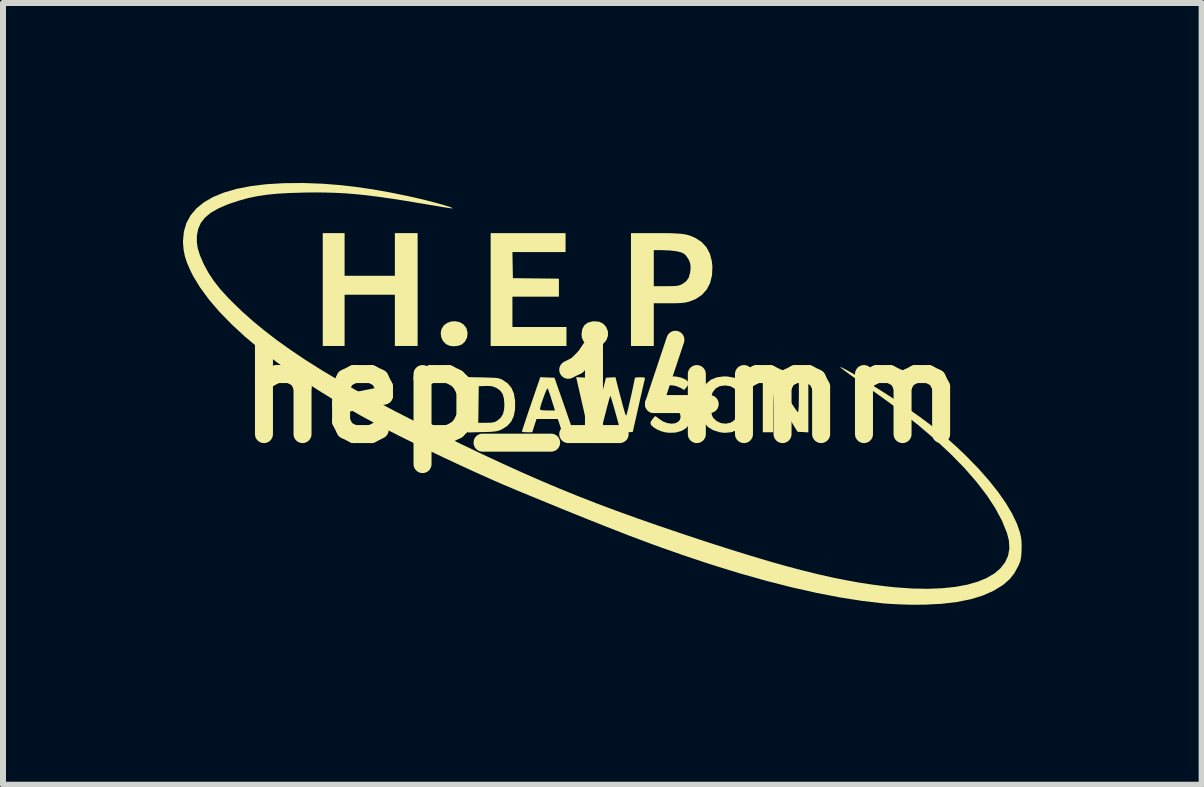
<source format=kicad_pcb>
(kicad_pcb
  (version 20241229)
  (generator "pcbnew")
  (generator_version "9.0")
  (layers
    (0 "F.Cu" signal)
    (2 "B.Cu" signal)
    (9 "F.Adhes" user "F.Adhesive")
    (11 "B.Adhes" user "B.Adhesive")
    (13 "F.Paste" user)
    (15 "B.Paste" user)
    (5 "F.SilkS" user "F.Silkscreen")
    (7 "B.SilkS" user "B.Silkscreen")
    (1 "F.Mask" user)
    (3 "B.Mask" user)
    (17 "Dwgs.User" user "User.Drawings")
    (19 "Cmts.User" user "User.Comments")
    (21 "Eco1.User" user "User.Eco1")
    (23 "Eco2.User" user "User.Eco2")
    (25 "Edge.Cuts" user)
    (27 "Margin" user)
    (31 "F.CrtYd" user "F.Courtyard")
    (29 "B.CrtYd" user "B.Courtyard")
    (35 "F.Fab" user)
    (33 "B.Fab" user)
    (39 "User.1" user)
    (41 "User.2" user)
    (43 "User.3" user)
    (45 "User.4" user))
  (footprint "hep_14mm"
    (layer "F.Cu")
    (at 6.992 3.506)
    (property "Reference" "hep_14mm" (at 0 0 0) (layer "F.SilkS") (effects (font (size 1.5 1.5) (thickness 0.3))))
    (attr board_only exclude_from_pos_files exclude_from_bom)
    (fp_poly (pts (xy -2.378 -1.186) (xy -2.318 -1.15) (xy -2.273 -1.094) (xy -2.266 -1.079) (xy -2.249 -1.004) (xy -2.259 -0.928) (xy -2.293 -0.862) (xy -2.343 -0.816) (xy -2.404 -0.793) (xy -2.479 -0.785) (xy -2.545 -0.792) (xy -2.609 -0.821) (xy -2.659 -0.872) (xy -2.689 -0.938) (xy -2.697 -1.011) (xy -2.684 -1.071) (xy -2.646 -1.133) (xy -2.589 -1.175) (xy -2.521 -1.198) (xy -2.449 -1.202)) (stroke (width 0) (type solid)) (fill yes) (layer "F.SilkS"))
    (fp_poly (pts (xy -0.053 -1.193) (xy 0.006 -1.165) (xy 0.054 -1.115) (xy 0.059 -1.108) (xy 0.089 -1.037) (xy 0.091 -0.962) (xy 0.065 -0.889) (xy 0.018 -0.832) (xy -0.03 -0.804) (xy -0.095 -0.789) (xy -0.162 -0.788) (xy -0.182 -0.791) (xy -0.262 -0.819) (xy -0.316 -0.865) (xy -0.345 -0.929) (xy -0.35 -0.985) (xy -0.338 -1.071) (xy -0.303 -1.136) (xy -0.245 -1.179) (xy -0.165 -1.2) (xy -0.131 -1.201)) (stroke (width 0) (type solid)) (fill yes) (layer "F.SilkS"))
    (fp_poly (pts (xy -4.299 -2.316) (xy -4.299 -1.96) (xy -3.88 -1.96) (xy -3.461 -1.96) (xy -3.461 -2.316) (xy -3.461 -2.671) (xy -3.272 -2.671) (xy -3.082 -2.671) (xy -3.082 -1.731) (xy -3.082 -0.79) (xy -3.272 -0.79) (xy -3.461 -0.79) (xy -3.461 -1.217) (xy -3.461 -1.644) (xy -3.88 -1.644) (xy -4.299 -1.644) (xy -4.299 -1.217) (xy -4.299 -0.79) (xy -4.481 -0.79) (xy -4.663 -0.79) (xy -4.663 -1.731) (xy -4.663 -2.671) (xy -4.481 -2.671) (xy -4.299 -2.671)) (stroke (width 0) (type solid)) (fill yes) (layer "F.SilkS"))
    (fp_poly (pts (xy -0.616 -2.513) (xy -0.616 -2.355) (xy -1.059 -2.355) (xy -1.502 -2.355) (xy -1.498 -2.138) (xy -1.494 -1.92) (xy -1.11 -1.916) (xy -0.727 -1.912) (xy -0.727 -1.762) (xy -0.727 -1.612) (xy -1.114 -1.612) (xy -1.502 -1.612) (xy -1.502 -1.359) (xy -1.502 -1.106) (xy -1.051 -1.106) (xy -0.601 -1.106) (xy -0.601 -0.948) (xy -0.601 -0.79) (xy -1.233 -0.79) (xy -1.865 -0.79) (xy -1.865 -1.731) (xy -1.865 -2.671) (xy -1.241 -2.671) (xy -0.616 -2.671)) (stroke (width 0) (type solid)) (fill yes) (layer "F.SilkS"))
    (fp_poly (pts (xy 2.776 -0.265) (xy 2.881 -0.261) (xy 3.059 0.023) (xy 3.113 0.108) (xy 3.162 0.183) (xy 3.203 0.244) (xy 3.234 0.289) (xy 3.252 0.311) (xy 3.254 0.313) (xy 3.261 0.303) (xy 3.266 0.269) (xy 3.27 0.207) (xy 3.271 0.117) (xy 3.272 0.025) (xy 3.272 -0.269) (xy 3.351 -0.269) (xy 3.43 -0.269) (xy 3.43 0.19) (xy 3.43 0.65) (xy 3.34 0.645) (xy 3.25 0.64) (xy 3.059 0.329) (xy 3.005 0.24) (xy 2.955 0.161) (xy 2.913 0.096) (xy 2.881 0.048) (xy 2.862 0.021) (xy 2.857 0.017) (xy 2.853 0.031) (xy 2.85 0.073) (xy 2.848 0.137) (xy 2.846 0.218) (xy 2.845 0.312) (xy 2.845 0.332) (xy 2.845 0.648) (xy 2.758 0.648) (xy 2.671 0.648) (xy 2.671 0.189) (xy 2.671 -0.27)) (stroke (width 0) (type solid)) (fill yes) (layer "F.SilkS"))
    (fp_poly (pts (xy -1.988 -0.266) (xy -1.889 -0.263) (xy -1.816 -0.26) (xy -1.763 -0.256) (xy -1.724 -0.249) (xy -1.694 -0.239) (xy -1.668 -0.226) (xy -1.58 -0.166) (xy -1.517 -0.09) (xy -1.477 0.004) (xy -1.458 0.12) (xy -1.457 0.132) (xy -1.458 0.267) (xy -1.48 0.379) (xy -1.522 0.47) (xy -1.587 0.542) (xy -1.669 0.594) (xy -1.707 0.612) (xy -1.74 0.624) (xy -1.778 0.632) (xy -1.825 0.638) (xy -1.889 0.642) (xy -1.977 0.645) (xy -2.002 0.645) (xy -2.244 0.652) (xy -2.244 0.49) (xy -2.071 0.49) (xy -1.939 0.49) (xy -1.868 0.489) (xy -1.82 0.483) (xy -1.784 0.472) (xy -1.754 0.454) (xy -1.696 0.405) (xy -1.659 0.344) (xy -1.64 0.265) (xy -1.636 0.19) (xy -1.643 0.09) (xy -1.664 0.013) (xy -1.703 -0.044) (xy -1.762 -0.087) (xy -1.77 -0.091) (xy -1.819 -0.112) (xy -1.868 -0.122) (xy -1.931 -0.124) (xy -1.952 -0.123) (xy -2.063 -0.119) (xy -2.067 0.186) (xy -2.071 0.49) (xy -2.244 0.49) (xy -2.244 0.19) (xy -2.244 -0.271)) (stroke (width 0) (type solid)) (fill yes) (layer "F.SilkS"))
    (fp_poly (pts (xy -0.919 -0.265) (xy -0.801 -0.261) (xy -0.646 0.182) (xy -0.607 0.294) (xy -0.572 0.396) (xy -0.541 0.485) (xy -0.517 0.557) (xy -0.5 0.608) (xy -0.491 0.634) (xy -0.491 0.636) (xy -0.505 0.643) (xy -0.541 0.647) (xy -0.582 0.648) (xy -0.673 0.648) (xy -0.709 0.537) (xy -0.745 0.427) (xy -0.922 0.427) (xy -1.1 0.427) (xy -1.136 0.537) (xy -1.171 0.648) (xy -1.257 0.648) (xy -1.305 0.646) (xy -1.336 0.641) (xy -1.344 0.636) (xy -1.339 0.619) (xy -1.325 0.575) (xy -1.303 0.509) (xy -1.275 0.425) (xy -1.242 0.326) (xy -1.221 0.265) (xy -1.043 0.265) (xy -1.032 0.276) (xy -0.997 0.282) (xy -0.934 0.284) (xy -0.918 0.285) (xy -0.793 0.285) (xy -0.849 0.107) (xy -0.871 0.036) (xy -0.892 -0.024) (xy -0.908 -0.066) (xy -0.916 -0.084) (xy -0.925 -0.075) (xy -0.941 -0.042) (xy -0.961 0.007) (xy -0.983 0.066) (xy -1.005 0.128) (xy -1.024 0.186) (xy -1.037 0.233) (xy -1.043 0.263) (xy -1.043 0.265) (xy -1.221 0.265) (xy -1.204 0.216) (xy -1.191 0.177) (xy -1.038 -0.27)) (stroke (width 0) (type solid)) (fill yes) (layer "F.SilkS"))
    (fp_poly (pts (xy 1.021 -2.671) (xy 1.139 -2.669) (xy 1.235 -2.665) (xy 1.313 -2.659) (xy 1.376 -2.65) (xy 1.431 -2.637) (xy 1.48 -2.62) (xy 1.529 -2.599) (xy 1.544 -2.592) (xy 1.65 -2.524) (xy 1.731 -2.436) (xy 1.789 -2.328) (xy 1.822 -2.2) (xy 1.831 -2.116) (xy 1.825 -1.971) (xy 1.794 -1.842) (xy 1.738 -1.733) (xy 1.657 -1.642) (xy 1.553 -1.572) (xy 1.45 -1.531) (xy 1.405 -1.519) (xy 1.353 -1.51) (xy 1.29 -1.505) (xy 1.208 -1.502) (xy 1.105 -1.502) (xy 0.854 -1.502) (xy 0.854 -1.146) (xy 0.854 -0.79) (xy 0.664 -0.79) (xy 0.474 -0.79) (xy 0.474 -1.731) (xy 0.474 -2.086) (xy 0.854 -2.086) (xy 0.854 -1.786) (xy 1.056 -1.786) (xy 1.143 -1.787) (xy 1.205 -1.789) (xy 1.251 -1.794) (xy 1.286 -1.803) (xy 1.319 -1.817) (xy 1.328 -1.822) (xy 1.392 -1.866) (xy 1.435 -1.927) (xy 1.459 -2.008) (xy 1.465 -2.059) (xy 1.467 -2.123) (xy 1.459 -2.171) (xy 1.44 -2.219) (xy 1.436 -2.228) (xy 1.405 -2.276) (xy 1.372 -2.316) (xy 1.359 -2.327) (xy 1.308 -2.351) (xy 1.23 -2.369) (xy 1.13 -2.381) (xy 1.013 -2.386) (xy 0.992 -2.387) (xy 0.854 -2.387) (xy 0.854 -2.086) (xy 0.474 -2.086) (xy 0.474 -2.671) (xy 0.875 -2.671)) (stroke (width 0) (type solid)) (fill yes) (layer "F.SilkS"))
    (fp_poly (pts (xy 2.083 -0.281) (xy 2.199 -0.26) (xy 2.295 -0.215) (xy 2.371 -0.146) (xy 2.427 -0.052) (xy 2.428 -0.049) (xy 2.448 0.017) (xy 2.459 0.104) (xy 2.463 0.198) (xy 2.458 0.289) (xy 2.444 0.366) (xy 2.443 0.369) (xy 2.399 0.468) (xy 2.332 0.549) (xy 2.246 0.61) (xy 2.146 0.647) (xy 2.037 0.658) (xy 1.952 0.648) (xy 1.844 0.614) (xy 1.759 0.562) (xy 1.694 0.489) (xy 1.658 0.423) (xy 1.64 0.376) (xy 1.629 0.329) (xy 1.623 0.272) (xy 1.621 0.218) (xy 1.802 0.218) (xy 1.809 0.298) (xy 1.824 0.365) (xy 1.843 0.407) (xy 1.901 0.461) (xy 1.973 0.495) (xy 2.052 0.505) (xy 2.128 0.49) (xy 2.167 0.47) (xy 2.223 0.419) (xy 2.26 0.353) (xy 2.279 0.266) (xy 2.283 0.181) (xy 2.273 0.068) (xy 2.244 -0.019) (xy 2.196 -0.082) (xy 2.13 -0.119) (xy 2.044 -0.132) (xy 2.04 -0.132) (xy 1.954 -0.12) (xy 1.887 -0.084) (xy 1.839 -0.023) (xy 1.83 -0.004) (xy 1.812 0.057) (xy 1.803 0.134) (xy 1.802 0.218) (xy 1.621 0.218) (xy 1.621 0.194) (xy 1.621 0.182) (xy 1.621 0.106) (xy 1.625 0.051) (xy 1.634 0.008) (xy 1.649 -0.034) (xy 1.665 -0.068) (xy 1.726 -0.16) (xy 1.805 -0.227) (xy 1.902 -0.267) (xy 2.018 -0.283)) (stroke (width 0) (type solid)) (fill yes) (layer "F.SilkS"))
    (fp_poly (pts (xy 1.221 -0.281) (xy 1.309 -0.263) (xy 1.381 -0.232) (xy 1.408 -0.212) (xy 1.432 -0.185) (xy 1.434 -0.157) (xy 1.414 -0.122) (xy 1.399 -0.103) (xy 1.361 -0.057) (xy 1.3 -0.091) (xy 1.227 -0.122) (xy 1.154 -0.135) (xy 1.086 -0.132) (xy 1.032 -0.113) (xy 0.996 -0.079) (xy 0.987 -0.058) (xy 0.983 -0.018) (xy 0.994 0.015) (xy 1.024 0.042) (xy 1.077 0.066) (xy 1.156 0.089) (xy 1.211 0.103) (xy 1.312 0.132) (xy 1.385 0.168) (xy 1.435 0.214) (xy 1.465 0.274) (xy 1.48 0.35) (xy 1.475 0.442) (xy 1.444 0.52) (xy 1.389 0.583) (xy 1.313 0.627) (xy 1.219 0.653) (xy 1.11 0.657) (xy 1.039 0.648) (xy 0.974 0.63) (xy 0.908 0.601) (xy 0.851 0.566) (xy 0.812 0.531) (xy 0.805 0.52) (xy 0.798 0.494) (xy 0.807 0.466) (xy 0.83 0.434) (xy 0.857 0.4) (xy 0.876 0.381) (xy 0.88 0.379) (xy 0.896 0.389) (xy 0.927 0.412) (xy 0.938 0.421) (xy 1.007 0.467) (xy 1.077 0.495) (xy 1.146 0.505) (xy 1.207 0.499) (xy 1.256 0.477) (xy 1.289 0.441) (xy 1.301 0.392) (xy 1.293 0.345) (xy 1.274 0.315) (xy 1.236 0.289) (xy 1.175 0.265) (xy 1.087 0.242) (xy 1.063 0.237) (xy 0.962 0.203) (xy 0.887 0.152) (xy 0.839 0.085) (xy 0.817 0.002) (xy 0.816 -0.019) (xy 0.826 -0.105) (xy 0.859 -0.172) (xy 0.918 -0.224) (xy 0.955 -0.245) (xy 1.035 -0.273) (xy 1.126 -0.284)) (stroke (width 0) (type solid)) (fill yes) (layer "F.SilkS"))
    (fp_poly (pts (xy -0.351 -0.266) (xy -0.263 -0.261) (xy -0.197 0.04) (xy -0.173 0.154) (xy -0.153 0.24) (xy -0.139 0.302) (xy -0.128 0.343) (xy -0.12 0.366) (xy -0.114 0.375) (xy -0.109 0.372) (xy -0.104 0.361) (xy -0.102 0.358) (xy -0.095 0.334) (xy -0.081 0.285) (xy -0.063 0.215) (xy -0.041 0.131) (xy -0.017 0.038) (xy -0.017 0.034) (xy 0.057 -0.261) (xy 0.136 -0.265) (xy 0.215 -0.27) (xy 0.25 -0.131) (xy 0.287 0.01) (xy 0.317 0.123) (xy 0.34 0.211) (xy 0.359 0.277) (xy 0.372 0.323) (xy 0.383 0.352) (xy 0.39 0.366) (xy 0.395 0.369) (xy 0.396 0.368) (xy 0.402 0.351) (xy 0.413 0.308) (xy 0.429 0.246) (xy 0.446 0.17) (xy 0.466 0.087) (xy 0.485 0.001) (xy 0.503 -0.081) (xy 0.518 -0.154) (xy 0.53 -0.212) (xy 0.537 -0.248) (xy 0.537 -0.257) (xy 0.552 -0.263) (xy 0.589 -0.268) (xy 0.625 -0.269) (xy 0.676 -0.267) (xy 0.701 -0.262) (xy 0.707 -0.251) (xy 0.706 -0.241) (xy 0.7 -0.217) (xy 0.688 -0.169) (xy 0.672 -0.1) (xy 0.653 -0.016) (xy 0.631 0.078) (xy 0.609 0.178) (xy 0.586 0.279) (xy 0.564 0.377) (xy 0.544 0.465) (xy 0.527 0.541) (xy 0.514 0.598) (xy 0.507 0.632) (xy 0.506 0.639) (xy 0.491 0.644) (xy 0.454 0.647) (xy 0.403 0.648) (xy 0.351 0.647) (xy 0.314 0.644) (xy 0.3 0.641) (xy 0.296 0.622) (xy 0.285 0.578) (xy 0.269 0.517) (xy 0.248 0.442) (xy 0.226 0.361) (xy 0.203 0.279) (xy 0.181 0.202) (xy 0.161 0.135) (xy 0.146 0.084) (xy 0.137 0.055) (xy 0.135 0.051) (xy 0.131 0.048) (xy 0.127 0.052) (xy 0.121 0.066) (xy 0.112 0.094) (xy 0.099 0.14) (xy 0.081 0.209) (xy 0.056 0.304) (xy 0.055 0.308) (xy 0.033 0.393) (xy 0.013 0.472) (xy -0.004 0.537) (xy -0.015 0.581) (xy -0.017 0.589) (xy -0.033 0.648) (xy -0.132 0.648) (xy -0.231 0.648) (xy -0.314 0.281) (xy -0.339 0.171) (xy -0.363 0.067) (xy -0.384 -0.027) (xy -0.402 -0.105) (xy -0.415 -0.161) (xy -0.419 -0.179) (xy -0.44 -0.27)) (stroke (width 0) (type solid)) (fill yes) (layer "F.SilkS"))
    (fp_poly (pts (xy -4.934 -3.504) (xy -4.664 -3.494) (xy -4.396 -3.473) (xy -4.125 -3.443) (xy -3.842 -3.402) (xy -3.542 -3.349) (xy -3.281 -3.296) (xy -3.165 -3.271) (xy -3.049 -3.244) (xy -2.936 -3.217) (xy -2.828 -3.189) (xy -2.731 -3.163) (xy -2.646 -3.139) (xy -2.578 -3.118) (xy -2.529 -3.101) (xy -2.503 -3.089) (xy -2.503 -3.083) (xy -2.51 -3.083) (xy -2.53 -3.085) (xy -2.578 -3.092) (xy -2.649 -3.103) (xy -2.739 -3.118) (xy -2.846 -3.136) (xy -2.964 -3.156) (xy -3.045 -3.169) (xy -3.301 -3.212) (xy -3.53 -3.247) (xy -3.738 -3.277) (xy -3.929 -3.301) (xy -4.107 -3.319) (xy -4.276 -3.333) (xy -4.443 -3.342) (xy -4.61 -3.347) (xy -4.784 -3.349) (xy -4.967 -3.347) (xy -4.998 -3.346) (xy -5.222 -3.339) (xy -5.419 -3.328) (xy -5.596 -3.31) (xy -5.757 -3.286) (xy -5.909 -3.254) (xy -6.057 -3.213) (xy -6.206 -3.164) (xy -6.254 -3.146) (xy -6.407 -3.08) (xy -6.53 -3.009) (xy -6.625 -2.93) (xy -6.694 -2.842) (xy -6.738 -2.744) (xy -6.76 -2.632) (xy -6.761 -2.616) (xy -6.761 -2.515) (xy -6.745 -2.414) (xy -6.711 -2.304) (xy -6.658 -2.181) (xy -6.64 -2.142) (xy -6.566 -2.006) (xy -6.48 -1.876) (xy -6.377 -1.744) (xy -6.252 -1.606) (xy -6.173 -1.525) (xy -6.005 -1.363) (xy -5.825 -1.203) (xy -5.632 -1.044) (xy -5.425 -0.885) (xy -5.202 -0.726) (xy -4.962 -0.564) (xy -4.702 -0.4) (xy -4.422 -0.232) (xy -4.121 -0.059) (xy -3.796 0.119) (xy -3.447 0.303) (xy -3.072 0.495) (xy -2.669 0.694) (xy -2.355 0.846) (xy -1.995 1.018) (xy -1.655 1.176) (xy -1.331 1.323) (xy -1.017 1.46) (xy -0.709 1.59) (xy -0.402 1.715) (xy -0.089 1.837) (xy 0.233 1.958) (xy 0.569 2.079) (xy 0.926 2.204) (xy 1.308 2.333) (xy 1.367 2.353) (xy 1.753 2.481) (xy 2.113 2.596) (xy 2.448 2.7) (xy 2.761 2.794) (xy 3.054 2.877) (xy 3.329 2.95) (xy 3.59 3.014) (xy 3.837 3.07) (xy 4.074 3.117) (xy 4.302 3.158) (xy 4.524 3.191) (xy 4.743 3.218) (xy 4.876 3.232) (xy 5.156 3.252) (xy 5.417 3.257) (xy 5.658 3.248) (xy 5.877 3.225) (xy 6.075 3.189) (xy 6.251 3.139) (xy 6.402 3.077) (xy 6.53 3.002) (xy 6.632 2.915) (xy 6.708 2.817) (xy 6.758 2.708) (xy 6.78 2.588) (xy 6.773 2.457) (xy 6.741 2.33) (xy 6.659 2.126) (xy 6.546 1.915) (xy 6.404 1.698) (xy 6.232 1.474) (xy 6.032 1.245) (xy 5.803 1.011) (xy 5.547 0.772) (xy 5.263 0.53) (xy 4.952 0.284) (xy 4.874 0.225) (xy 4.803 0.172) (xy 4.712 0.106) (xy 4.608 0.031) (xy 4.497 -0.048) (xy 4.386 -0.127) (xy 4.31 -0.18) (xy 4.217 -0.246) (xy 4.133 -0.305) (xy 4.063 -0.357) (xy 4.008 -0.398) (xy 3.972 -0.426) (xy 3.959 -0.439) (xy 3.959 -0.439) (xy 3.976 -0.435) (xy 4.016 -0.416) (xy 4.077 -0.384) (xy 4.154 -0.341) (xy 4.244 -0.288) (xy 4.345 -0.229) (xy 4.452 -0.163) (xy 4.562 -0.095) (xy 4.673 -0.025) (xy 4.781 0.044) (xy 4.882 0.111) (xy 4.884 0.113) (xy 5.093 0.255) (xy 5.278 0.385) (xy 5.445 0.509) (xy 5.598 0.629) (xy 5.742 0.75) (xy 5.882 0.874) (xy 6.022 1.006) (xy 6.067 1.05) (xy 6.262 1.25) (xy 6.437 1.448) (xy 6.59 1.64) (xy 6.72 1.826) (xy 6.826 2.004) (xy 6.906 2.171) (xy 6.956 2.315) (xy 6.972 2.386) (xy 6.982 2.451) (xy 6.985 2.523) (xy 6.984 2.607) (xy 6.98 2.687) (xy 6.973 2.745) (xy 6.963 2.794) (xy 6.945 2.841) (xy 6.926 2.884) (xy 6.861 3.001) (xy 6.785 3.097) (xy 6.688 3.182) (xy 6.663 3.201) (xy 6.509 3.294) (xy 6.333 3.371) (xy 6.132 3.432) (xy 5.906 3.477) (xy 5.654 3.507) (xy 5.376 3.521) (xy 5.205 3.523) (xy 5.089 3.521) (xy 4.964 3.517) (xy 4.841 3.511) (xy 4.732 3.504) (xy 4.679 3.5) (xy 4.33 3.459) (xy 3.959 3.401) (xy 3.566 3.325) (xy 3.156 3.233) (xy 2.729 3.124) (xy 2.288 3) (xy 1.837 2.861) (xy 1.675 2.808) (xy 1.496 2.748) (xy 1.321 2.689) (xy 1.149 2.629) (xy 0.976 2.568) (xy 0.8 2.504) (xy 0.619 2.436) (xy 0.43 2.365) (xy 0.23 2.287) (xy 0.018 2.204) (xy -0.211 2.113) (xy -0.457 2.014) (xy -0.723 1.906) (xy -1.013 1.787) (xy -1.329 1.657) (xy -1.44 1.611) (xy -1.647 1.524) (xy -1.875 1.424) (xy -2.12 1.314) (xy -2.375 1.197) (xy -2.636 1.075) (xy -2.896 0.951) (xy -3.149 0.827) (xy -3.391 0.707) (xy -3.615 0.593) (xy -3.816 0.488) (xy -3.817 0.487) (xy -4.041 0.364) (xy -4.274 0.23) (xy -4.511 0.088) (xy -4.745 -0.057) (xy -4.971 -0.203) (xy -5.182 -0.344) (xy -5.373 -0.478) (xy -5.427 -0.518) (xy -5.706 -0.733) (xy -5.96 -0.946) (xy -6.188 -1.157) (xy -6.39 -1.365) (xy -6.564 -1.569) (xy -6.709 -1.767) (xy -6.825 -1.959) (xy -6.868 -2.044) (xy -6.924 -2.173) (xy -6.962 -2.289) (xy -6.983 -2.4) (xy -6.992 -2.515) (xy -6.992 -2.537) (xy -6.978 -2.694) (xy -6.936 -2.837) (xy -6.866 -2.967) (xy -6.768 -3.083) (xy -6.642 -3.185) (xy -6.488 -3.274) (xy -6.307 -3.348) (xy -6.1 -3.408) (xy -5.865 -3.454) (xy -5.603 -3.486) (xy -5.315 -3.503) (xy -5.001 -3.506)) (stroke (width 0) (type solid)) (fill yes) (layer "F.SilkS")))
  (gr_rect
    (start -3 -3)
    (end 16.977 10.028)
    (stroke (width 0.1) (type default))
    (fill no)
    (layer "Edge.Cuts")))
</source>
